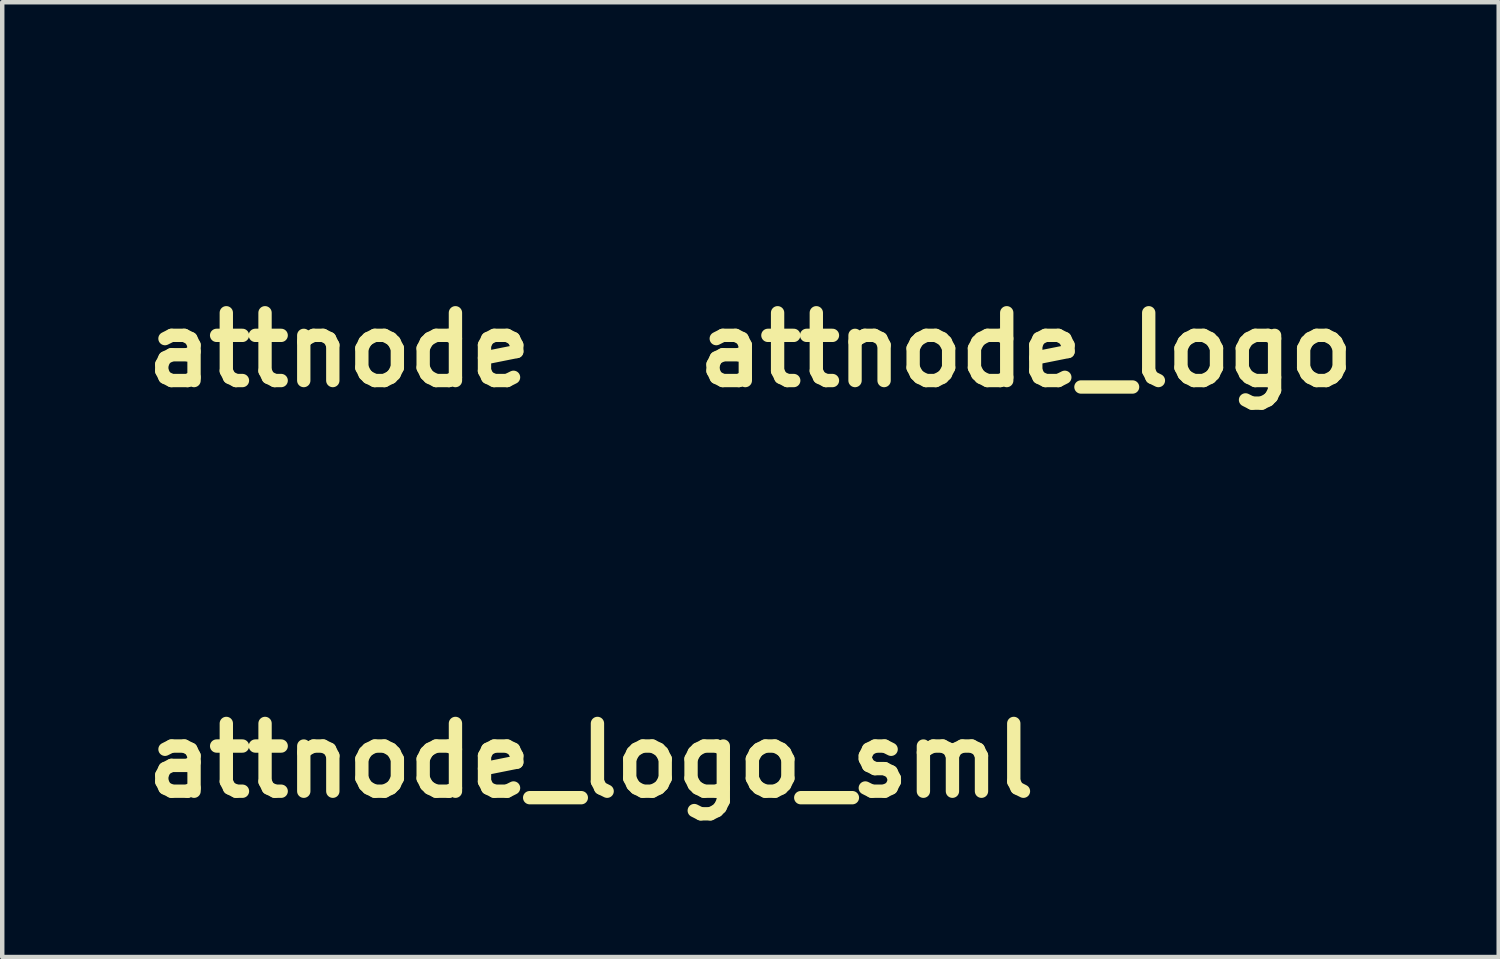
<source format=kicad_pcb>
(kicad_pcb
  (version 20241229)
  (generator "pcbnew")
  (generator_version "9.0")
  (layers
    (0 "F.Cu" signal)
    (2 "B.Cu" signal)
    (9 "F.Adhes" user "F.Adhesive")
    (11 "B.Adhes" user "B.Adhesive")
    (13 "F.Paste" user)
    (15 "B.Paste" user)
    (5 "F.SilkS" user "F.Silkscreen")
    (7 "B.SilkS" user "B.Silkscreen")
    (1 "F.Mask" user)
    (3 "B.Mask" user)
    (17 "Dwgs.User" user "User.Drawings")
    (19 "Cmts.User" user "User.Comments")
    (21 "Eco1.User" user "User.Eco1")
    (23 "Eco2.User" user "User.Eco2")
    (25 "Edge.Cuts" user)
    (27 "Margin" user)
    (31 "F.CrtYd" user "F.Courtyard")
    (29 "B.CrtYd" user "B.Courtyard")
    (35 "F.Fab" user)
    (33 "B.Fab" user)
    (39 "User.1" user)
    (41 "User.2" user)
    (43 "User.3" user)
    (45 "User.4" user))
  (footprint "attnode_logo"
    (layer "F.Cu")
    (at 20.024 4.818)
    (property "Reference" "attnode_logo" (at 0 0 0) (layer "F.SilkS") (effects (font (size 1.524 1.524) (thickness 0.3))))
    (attr through_hole)
    (fp_poly (pts (xy 2.139 1.738) (xy 2.005 1.872) (xy 1.872 1.738) (xy 2.005 1.604) (xy 2.139 1.738)) (stroke (width 0.01) (type solid)) (fill no) (layer "Eco2.User"))
    (fp_poly (pts (xy 3.208 1.738) (xy 3.075 1.872) (xy 2.941 1.738) (xy 3.075 1.604) (xy 3.208 1.738)) (stroke (width 0.01) (type solid)) (fill no) (layer "Eco2.User"))
    (fp_poly (pts (xy 1.814 3.419) (xy 2.027 3.905) (xy 1.843 4.445) (xy 1.338 4.779) (xy 0.852 4.701) (xy 0.631 4.412) (xy 0.603 3.99) (xy 0.853 3.99) (xy 0.982 4.234) (xy 1.203 4.278) (xy 1.536 4.142) (xy 1.553 3.99) (xy 1.277 3.714) (xy 1.203 3.703) (xy 0.89 3.911) (xy 0.853 3.99) (xy 0.603 3.99) (xy 0.588 3.765) (xy 0.915 3.314) (xy 1.3 3.208) (xy 1.814 3.419)) (stroke (width 0.01) (type solid)) (fill no) (layer "Eco2.User"))
    (fp_poly (pts (xy 4.289 3.409) (xy 4.486 3.884) (xy 4.275 4.415) (xy 3.76 4.771) (xy 3.272 4.712) (xy 3.038 4.412) (xy 3.006 3.924) (xy 3.322 3.924) (xy 3.536 4.214) (xy 3.759 4.278) (xy 4.006 4.099) (xy 4.011 4.055) (xy 3.836 3.668) (xy 3.474 3.614) (xy 3.434 3.635) (xy 3.322 3.924) (xy 3.006 3.924) (xy 2.995 3.758) (xy 3.341 3.31) (xy 3.743 3.208) (xy 4.289 3.409)) (stroke (width 0.01) (type solid)) (fill no) (layer "Eco2.User"))
    (fp_poly (pts (xy -3.344 -4.717) (xy -3.009 -4.333) (xy -2.989 -3.945) (xy -3.251 -3.454) (xy -3.72 -3.246) (xy -4.187 -3.368) (xy -4.387 -3.643) (xy -4.373 -4.011) (xy -4.011 -4.011) (xy -3.794 -3.773) (xy -3.609 -3.743) (xy -3.254 -3.888) (xy -3.208 -4.011) (xy -3.425 -4.248) (xy -3.609 -4.278) (xy -3.965 -4.134) (xy -4.011 -4.011) (xy -4.373 -4.011) (xy -4.366 -4.192) (xy -4.003 -4.623) (xy -3.476 -4.752) (xy -3.344 -4.717)) (stroke (width 0.01) (type solid)) (fill no) (layer "Eco2.User"))
    (fp_poly (pts (xy -0.699 -4.587) (xy -0.405 -4.076) (xy -0.425 -3.643) (xy -0.796 -3.296) (xy -1.358 -3.231) (xy -1.851 -3.448) (xy -1.981 -3.643) (xy -1.968 -4.011) (xy -1.604 -4.011) (xy -1.388 -3.773) (xy -1.203 -3.743) (xy -0.847 -3.888) (xy -0.802 -4.011) (xy -1.019 -4.248) (xy -1.203 -4.278) (xy -1.559 -4.134) (xy -1.604 -4.011) (xy -1.968 -4.011) (xy -1.961 -4.206) (xy -1.604 -4.674) (xy -1.203 -4.813) (xy -0.699 -4.587)) (stroke (width 0.01) (type solid)) (fill no) (layer "Eco2.User"))
    (fp_poly (pts (xy 4.09 -4.596) (xy 4.435 -4.103) (xy 4.45 -3.613) (xy 4.088 -3.281) (xy 3.55 -3.237) (xy 3.109 -3.483) (xy 3.038 -3.609) (xy 3.005 -4.011) (xy 3.342 -4.011) (xy 3.403 -3.782) (xy 3.594 -3.743) (xy 3.96 -3.883) (xy 4.011 -4.011) (xy 3.819 -4.27) (xy 3.759 -4.278) (xy 3.397 -4.084) (xy 3.342 -4.011) (xy 3.005 -4.011) (xy 2.989 -4.216) (xy 3.241 -4.683) (xy 3.568 -4.813) (xy 4.09 -4.596)) (stroke (width 0.01) (type solid)) (fill no) (layer "Eco2.User"))
    (fp_poly (pts (xy -3.175 3.275) (xy -2.966 3.587) (xy -2.941 4.011) (xy -3.007 4.579) (xy -3.32 4.788) (xy -3.743 4.813) (xy -4.311 4.746) (xy -4.521 4.434) (xy -4.545 4.011) (xy -4.527 3.855) (xy -4.011 3.855) (xy -3.795 4.223) (xy -3.587 4.278) (xy -3.275 4.122) (xy -3.27 3.96) (xy -3.536 3.607) (xy -3.856 3.562) (xy -4.011 3.855) (xy -4.527 3.855) (xy -4.479 3.442) (xy -4.167 3.233) (xy -3.743 3.208) (xy -3.175 3.275)) (stroke (width 0.01) (type solid)) (fill no) (layer "Eco2.User"))
    (fp_poly (pts (xy -0.655 3.378) (xy -0.425 3.643) (xy -0.445 4.206) (xy -0.802 4.674) (xy -1.203 4.813) (xy -1.65 4.626) (xy -1.843 4.445) (xy -2 3.99) (xy -1.553 3.99) (xy -1.424 4.234) (xy -1.203 4.278) (xy -0.87 4.142) (xy -0.853 3.99) (xy -1.129 3.714) (xy -1.203 3.703) (xy -1.517 3.911) (xy -1.553 3.99) (xy -2 3.99) (xy -2.032 3.897) (xy -1.796 3.422) (xy -1.233 3.209) (xy -1.203 3.208) (xy -0.655 3.378)) (stroke (width 0.01) (type solid)) (fill no) (layer "Eco2.User"))
    (fp_poly (pts (xy 1.703 -4.587) (xy 2.004 -4.073) (xy 1.981 -3.643) (xy 1.632 -3.319) (xy 1.088 -3.217) (xy 0.606 -3.355) (xy 0.459 -3.543) (xy 0.474 -4.011) (xy 0.802 -4.011) (xy 1.019 -3.773) (xy 1.203 -3.743) (xy 1.559 -3.888) (xy 1.604 -4.011) (xy 1.388 -4.248) (xy 1.203 -4.278) (xy 0.847 -4.134) (xy 0.802 -4.011) (xy 0.474 -4.011) (xy 0.476 -4.079) (xy 0.763 -4.586) (xy 1.178 -4.813) (xy 1.18 -4.813) (xy 1.703 -4.587)) (stroke (width 0.01) (type solid)) (fill no) (layer "Eco2.User"))
    (fp_poly (pts (xy 4.813 2.674) (xy -4.545 2.674) (xy -4.545 1.857) (xy -1.845 1.857) (xy -1.641 2.087) (xy -1.069 2.139) (xy -0.449 2.032) (xy -0.237 1.679) (xy -0.236 1.671) (xy -0.199 1.342) (xy -0.12 1.531) (xy -0.083 1.671) (xy 0.149 2.064) (xy 0.426 2.101) (xy 0.556 1.805) (xy 0.61 1.608) (xy 0.712 1.805) (xy 1.076 2.016) (xy 1.939 2.125) (xy 2.562 2.139) (xy 3.517 2.115) (xy 4.046 2.024) (xy 4.257 1.84) (xy 4.278 1.709) (xy 4.112 1.405) (xy 3.894 1.427) (xy 3.507 1.405) (xy 3.414 1.286) (xy 3.187 1.209) (xy 2.879 1.437) (xy 2.486 1.684) (xy 2.284 1.623) (xy 1.911 1.394) (xy 1.666 1.353) (xy 1.116 1.305) (xy 0.313 1.208) (xy 0.064 1.174) (xy -0.638 1.098) (xy -0.935 1.164) (xy -0.946 1.414) (xy -0.918 1.509) (xy -0.822 1.852) (xy -0.927 1.743) (xy -1.081 1.505) (xy -1.366 1.181) (xy -1.595 1.317) (xy -1.631 1.372) (xy -1.845 1.857) (xy -4.545 1.857) (xy -4.545 -2.674) (xy 4.813 -2.674) (xy 4.813 2.674)) (stroke (width 0.01) (type solid)) (fill no) (layer "Eco2.User")))
  (footprint "attnode_logo_sml"
    (layer "F.Cu")
    (at 10.24 14.053)
    (property "Reference" "attnode_logo_sml" (at 0 0 0) (layer "F.SilkS") (effects (font (size 1.524 1.524) (thickness 0.3))))
    (attr through_hole)
    (fp_poly (pts (xy -0.762 -0.889) (xy -0.804 -0.847) (xy -0.847 -0.889) (xy -0.804 -0.931) (xy -0.762 -0.889)) (stroke (width 0.01) (type solid)) (fill no) (layer "Eco2.User"))
    (fp_poly (pts (xy -0.762 0.889) (xy -0.804 0.931) (xy -0.847 0.889) (xy -0.804 0.847) (xy -0.762 0.889)) (stroke (width 0.01) (type solid)) (fill no) (layer "Eco2.User"))
    (fp_poly (pts (xy -0.593 -0.889) (xy -0.635 -0.847) (xy -0.677 -0.889) (xy -0.635 -0.931) (xy -0.593 -0.889)) (stroke (width 0.01) (type solid)) (fill no) (layer "Eco2.User"))
    (fp_poly (pts (xy -0.593 0.889) (xy -0.635 0.931) (xy -0.677 0.889) (xy -0.635 0.847) (xy -0.593 0.889)) (stroke (width 0.01) (type solid)) (fill no) (layer "Eco2.User"))
    (fp_poly (pts (xy -0.254 -0.889) (xy -0.296 -0.847) (xy -0.339 -0.889) (xy -0.296 -0.931) (xy -0.254 -0.889)) (stroke (width 0.01) (type solid)) (fill no) (layer "Eco2.User"))
    (fp_poly (pts (xy -0.254 0.889) (xy -0.296 0.931) (xy -0.339 0.889) (xy -0.296 0.847) (xy -0.254 0.889)) (stroke (width 0.01) (type solid)) (fill no) (layer "Eco2.User"))
    (fp_poly (pts (xy -0.085 -0.889) (xy -0.127 -0.847) (xy -0.169 -0.889) (xy -0.127 -0.931) (xy -0.085 -0.889)) (stroke (width 0.01) (type solid)) (fill no) (layer "Eco2.User"))
    (fp_poly (pts (xy -0.085 0.889) (xy -0.127 0.931) (xy -0.169 0.889) (xy -0.127 0.847) (xy -0.085 0.889)) (stroke (width 0.01) (type solid)) (fill no) (layer "Eco2.User"))
    (fp_poly (pts (xy 0.254 0.889) (xy 0.212 0.931) (xy 0.169 0.889) (xy 0.212 0.847) (xy 0.254 0.889)) (stroke (width 0.01) (type solid)) (fill no) (layer "Eco2.User"))
    (fp_poly (pts (xy 0.423 -0.889) (xy 0.381 -0.847) (xy 0.339 -0.889) (xy 0.381 -0.931) (xy 0.423 -0.889)) (stroke (width 0.01) (type solid)) (fill no) (layer "Eco2.User"))
    (fp_poly (pts (xy 0.423 0.889) (xy 0.381 0.931) (xy 0.339 0.889) (xy 0.381 0.847) (xy 0.423 0.889)) (stroke (width 0.01) (type solid)) (fill no) (layer "Eco2.User"))
    (fp_poly (pts (xy 0.931 -0.889) (xy 0.889 -0.847) (xy 0.847 -0.889) (xy 0.889 -0.931) (xy 0.931 -0.889)) (stroke (width 0.01) (type solid)) (fill no) (layer "Eco2.User"))
    (fp_poly (pts (xy 0.931 0.889) (xy 0.889 0.931) (xy 0.847 0.889) (xy 0.889 0.847) (xy 0.931 0.889)) (stroke (width 0.01) (type solid)) (fill no) (layer "Eco2.User"))
    (fp_poly (pts (xy -0.616 -0.728) (xy -0.641 -0.69) (xy -0.727 -0.684) (xy -0.817 -0.705) (xy -0.778 -0.735) (xy -0.646 -0.745) (xy -0.616 -0.728)) (stroke (width 0.01) (type solid)) (fill no) (layer "Eco2.User"))
    (fp_poly (pts (xy -0.616 0.711) (xy -0.641 0.749) (xy -0.727 0.755) (xy -0.817 0.735) (xy -0.778 0.704) (xy -0.646 0.694) (xy -0.616 0.711)) (stroke (width 0.01) (type solid)) (fill no) (layer "Eco2.User"))
    (fp_poly (pts (xy -0.108 -0.728) (xy -0.133 -0.69) (xy -0.219 -0.684) (xy -0.309 -0.705) (xy -0.27 -0.735) (xy -0.138 -0.745) (xy -0.108 -0.728)) (stroke (width 0.01) (type solid)) (fill no) (layer "Eco2.User"))
    (fp_poly (pts (xy -0.108 0.711) (xy -0.133 0.749) (xy -0.219 0.755) (xy -0.309 0.735) (xy -0.27 0.704) (xy -0.138 0.694) (xy -0.108 0.711)) (stroke (width 0.01) (type solid)) (fill no) (layer "Eco2.User"))
    (fp_poly (pts (xy 0.4 0.711) (xy 0.375 0.749) (xy 0.289 0.755) (xy 0.199 0.735) (xy 0.238 0.704) (xy 0.37 0.694) (xy 0.4 0.711)) (stroke (width 0.01) (type solid)) (fill no) (layer "Eco2.User"))
    (fp_poly (pts (xy 0.235 -0.889) (xy 0.356 -0.757) (xy 0.375 -0.741) (xy 0.376 -0.688) (xy 0.31 -0.677) (xy 0.192 -0.746) (xy 0.171 -0.826) (xy 0.198 -0.912) (xy 0.235 -0.889)) (stroke (width 0.01) (type solid)) (fill no) (layer "Eco2.User"))
    (fp_poly (pts (xy 0.743 -0.889) (xy 0.864 -0.757) (xy 0.883 -0.741) (xy 0.884 -0.688) (xy 0.818 -0.677) (xy 0.7 -0.746) (xy 0.679 -0.826) (xy 0.706 -0.912) (xy 0.743 -0.889)) (stroke (width 0.01) (type solid)) (fill no) (layer "Eco2.User"))
    (fp_poly (pts (xy 0.912 0.706) (xy 0.889 0.743) (xy 0.757 0.864) (xy 0.741 0.883) (xy 0.688 0.884) (xy 0.677 0.818) (xy 0.746 0.7) (xy 0.826 0.679) (xy 0.912 0.706)) (stroke (width 0.01) (type solid)) (fill no) (layer "Eco2.User"))
    (fp_poly (pts (xy 1.016 0) (xy 1.009 0.286) (xy 0.98 0.44) (xy 0.918 0.497) (xy 0.868 0.501) (xy 0.788 0.48) (xy 0.826 0.452) (xy 0.932 0.376) (xy 0.89 0.311) (xy 0.719 0.273) (xy 0.601 0.269) (xy 0.365 0.259) (xy 0.2 0.228) (xy 0.181 0.219) (xy 0.046 0.197) (xy -0.136 0.223) (xy -0.289 0.281) (xy -0.339 0.339) (xy -0.262 0.376) (xy -0.064 0.403) (xy 0.138 0.412) (xy 0.406 0.422) (xy 0.599 0.443) (xy 0.66 0.463) (xy 0.602 0.482) (xy 0.408 0.497) (xy 0.112 0.506) (xy -0.113 0.508) (xy -0.931 0.508) (xy -0.931 -0.508) (xy 1.016 -0.508) (xy 1.016 0)) (stroke (width 0.01) (type solid)) (fill no) (layer "Eco2.User")))
  (footprint "attnode"
    (layer "F.Cu")
    (at 4.579 4.818)
    (property "Reference" "attnode" (at 0 0 0) (layer "F.SilkS") (effects (font (size 1.524 1.524) (thickness 0.3))))
    (attr through_hole)
    (fp_poly (pts (xy 2.139 1.738) (xy 2.005 1.872) (xy 1.872 1.738) (xy 2.005 1.604) (xy 2.139 1.738)) (stroke (width 0.01) (type solid)) (fill no) (layer "Eco2.User"))
    (fp_poly (pts (xy 4.289 3.409) (xy 4.486 3.884) (xy 4.275 4.415) (xy 3.76 4.771) (xy 3.272 4.712) (xy 3.038 4.412) (xy 3.006 3.924) (xy 3.322 3.924) (xy 3.536 4.214) (xy 3.759 4.278) (xy 4.006 4.099) (xy 4.011 4.055) (xy 3.836 3.668) (xy 3.474 3.614) (xy 3.434 3.635) (xy 3.322 3.924) (xy 3.006 3.924) (xy 2.995 3.758) (xy 3.341 3.31) (xy 3.743 3.208) (xy 4.289 3.409)) (stroke (width 0.01) (type solid)) (fill no) (layer "Eco2.User"))
    (fp_poly (pts (xy -3.197 -4.617) (xy -2.98 -4.14) (xy -2.989 -3.945) (xy -3.252 -3.462) (xy -3.731 -3.239) (xy -4.214 -3.324) (xy -4.449 -3.611) (xy -4.423 -4.011) (xy -4.011 -4.011) (xy -3.794 -3.773) (xy -3.609 -3.743) (xy -3.254 -3.888) (xy -3.208 -4.011) (xy -3.425 -4.248) (xy -3.609 -4.278) (xy -3.965 -4.134) (xy -4.011 -4.011) (xy -4.423 -4.011) (xy -4.415 -4.142) (xy -4.202 -4.469) (xy -3.663 -4.752) (xy -3.197 -4.617)) (stroke (width 0.01) (type solid)) (fill no) (layer "Eco2.User"))
    (fp_poly (pts (xy -0.699 -4.587) (xy -0.405 -4.076) (xy -0.425 -3.643) (xy -0.796 -3.296) (xy -1.358 -3.231) (xy -1.851 -3.448) (xy -1.981 -3.643) (xy -1.968 -4.011) (xy -1.604 -4.011) (xy -1.388 -3.773) (xy -1.203 -3.743) (xy -0.847 -3.888) (xy -0.802 -4.011) (xy -1.019 -4.248) (xy -1.203 -4.278) (xy -1.559 -4.134) (xy -1.604 -4.011) (xy -1.968 -4.011) (xy -1.961 -4.206) (xy -1.604 -4.674) (xy -1.203 -4.813) (xy -0.699 -4.587)) (stroke (width 0.01) (type solid)) (fill no) (layer "Eco2.User"))
    (fp_poly (pts (xy 1.83 3.421) (xy 2.023 3.906) (xy 1.851 4.437) (xy 1.843 4.445) (xy 1.309 4.789) (xy 0.789 4.623) (xy 0.557 4.319) (xy 0.512 3.99) (xy 0.853 3.99) (xy 0.982 4.234) (xy 1.203 4.278) (xy 1.536 4.142) (xy 1.553 3.99) (xy 1.277 3.714) (xy 1.203 3.703) (xy 0.89 3.911) (xy 0.853 3.99) (xy 0.512 3.99) (xy 0.479 3.742) (xy 0.835 3.328) (xy 1.362 3.208) (xy 1.83 3.421)) (stroke (width 0.01) (type solid)) (fill no) (layer "Eco2.User"))
    (fp_poly (pts (xy 4.09 -4.596) (xy 4.435 -4.103) (xy 4.45 -3.613) (xy 4.088 -3.281) (xy 3.55 -3.237) (xy 3.109 -3.483) (xy 3.038 -3.609) (xy 3.005 -4.011) (xy 3.342 -4.011) (xy 3.403 -3.782) (xy 3.594 -3.743) (xy 3.96 -3.883) (xy 4.011 -4.011) (xy 3.819 -4.27) (xy 3.759 -4.278) (xy 3.397 -4.084) (xy 3.342 -4.011) (xy 3.005 -4.011) (xy 2.989 -4.216) (xy 3.241 -4.683) (xy 3.568 -4.813) (xy 4.09 -4.596)) (stroke (width 0.01) (type solid)) (fill no) (layer "Eco2.User"))
    (fp_poly (pts (xy -0.655 3.378) (xy -0.425 3.643) (xy -0.445 4.206) (xy -0.802 4.674) (xy -1.203 4.813) (xy -1.65 4.626) (xy -1.843 4.445) (xy -2 3.99) (xy -1.553 3.99) (xy -1.424 4.234) (xy -1.203 4.278) (xy -0.87 4.142) (xy -0.853 3.99) (xy -1.129 3.714) (xy -1.203 3.703) (xy -1.517 3.911) (xy -1.553 3.99) (xy -2 3.99) (xy -2.032 3.897) (xy -1.796 3.422) (xy -1.233 3.209) (xy -1.203 3.208) (xy -0.655 3.378)) (stroke (width 0.01) (type solid)) (fill no) (layer "Eco2.User"))
    (fp_poly (pts (xy 1.497 -4.665) (xy 1.522 -4.65) (xy 1.958 -4.174) (xy 1.961 -3.673) (xy 1.559 -3.32) (xy 1.304 -3.261) (xy 0.688 -3.334) (xy 0.454 -3.569) (xy 0.477 -4.011) (xy 0.802 -4.011) (xy 1.019 -3.773) (xy 1.203 -3.743) (xy 1.559 -3.888) (xy 1.604 -4.011) (xy 1.388 -4.248) (xy 1.203 -4.278) (xy 0.847 -4.134) (xy 0.802 -4.011) (xy 0.477 -4.011) (xy 0.48 -4.075) (xy 0.671 -4.452) (xy 1.053 -4.785) (xy 1.497 -4.665)) (stroke (width 0.01) (type solid)) (fill no) (layer "Eco2.User"))
    (fp_poly (pts (xy -3.175 3.275) (xy -2.966 3.587) (xy -2.941 4.011) (xy -3.007 4.579) (xy -3.32 4.788) (xy -3.743 4.813) (xy -4.311 4.746) (xy -4.521 4.434) (xy -4.545 4.011) (xy -4.543 3.99) (xy -3.959 3.99) (xy -3.83 4.234) (xy -3.609 4.278) (xy -3.277 4.142) (xy -3.26 3.99) (xy -3.536 3.714) (xy -3.609 3.703) (xy -3.923 3.911) (xy -3.959 3.99) (xy -4.543 3.99) (xy -4.479 3.442) (xy -4.167 3.233) (xy -3.743 3.208) (xy -3.175 3.275)) (stroke (width 0.01) (type solid)) (fill no) (layer "Eco2.User"))
    (fp_poly (pts (xy 4.813 2.674) (xy -4.545 2.674) (xy -4.545 1.857) (xy -1.845 1.857) (xy -1.641 2.087) (xy -1.069 2.139) (xy -0.449 2.032) (xy -0.237 1.679) (xy -0.236 1.671) (xy -0.199 1.342) (xy -0.12 1.531) (xy -0.083 1.671) (xy 0.137 2.068) (xy 0.287 2.139) (xy 0.512 1.917) (xy 0.566 1.671) (xy 0.603 1.342) (xy 0.682 1.531) (xy 0.719 1.671) (xy 1.024 1.943) (xy 1.662 2.115) (xy 2.468 2.187) (xy 3.28 2.156) (xy 3.934 2.021) (xy 4.265 1.779) (xy 4.278 1.709) (xy 4.113 1.406) (xy 3.877 1.434) (xy 3.533 1.432) (xy 3.476 1.313) (xy 3.311 1.162) (xy 3.204 1.206) (xy 3.04 1.512) (xy 3.072 1.599) (xy 2.983 1.746) (xy 2.742 1.735) (xy 2.345 1.633) (xy 2.273 1.591) (xy 2.018 1.493) (xy 1.299 1.353) (xy 0.183 1.184) (xy 0.064 1.168) (xy -0.638 1.096) (xy -0.935 1.165) (xy -0.945 1.416) (xy -0.918 1.509) (xy -0.822 1.852) (xy -0.927 1.743) (xy -1.081 1.505) (xy -1.366 1.181) (xy -1.595 1.317) (xy -1.631 1.372) (xy -1.845 1.857) (xy -4.545 1.857) (xy -4.545 -2.674) (xy 4.813 -2.674) (xy 4.813 2.674)) (stroke (width 0.01) (type solid)) (fill no) (layer "Eco2.User")))
  (gr_rect
    (start -3 -3)
    (end 30.652 18.471)
    (stroke (width 0.1) (type default))
    (fill no)
    (layer "Edge.Cuts")))
</source>
